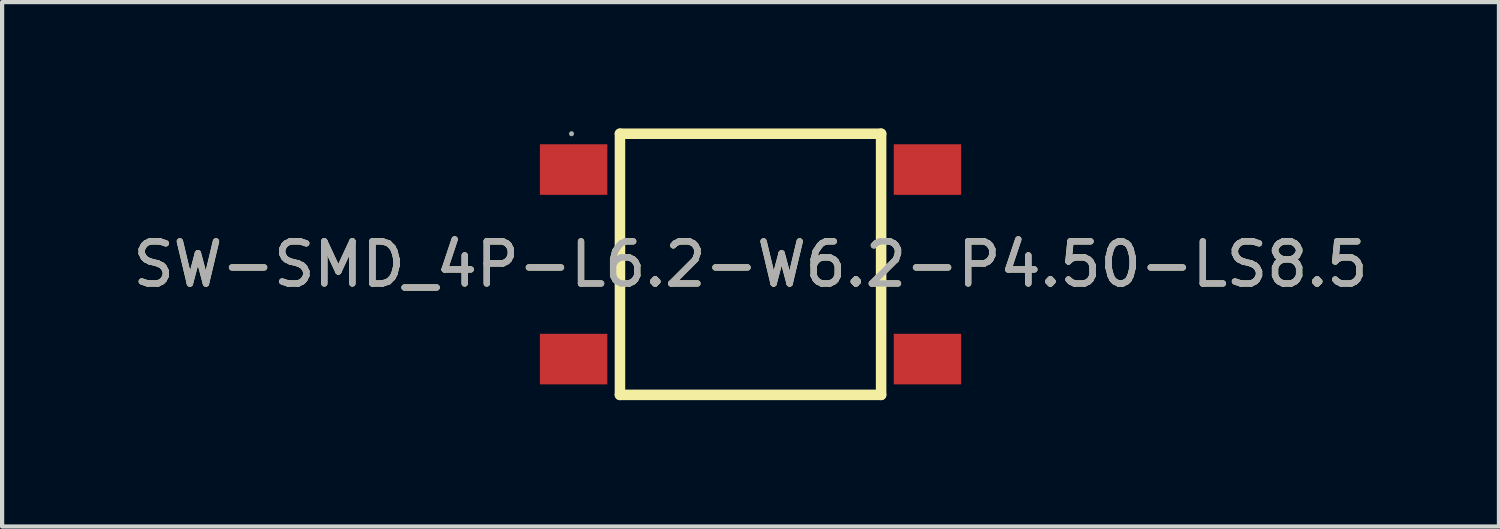
<source format=kicad_pcb>
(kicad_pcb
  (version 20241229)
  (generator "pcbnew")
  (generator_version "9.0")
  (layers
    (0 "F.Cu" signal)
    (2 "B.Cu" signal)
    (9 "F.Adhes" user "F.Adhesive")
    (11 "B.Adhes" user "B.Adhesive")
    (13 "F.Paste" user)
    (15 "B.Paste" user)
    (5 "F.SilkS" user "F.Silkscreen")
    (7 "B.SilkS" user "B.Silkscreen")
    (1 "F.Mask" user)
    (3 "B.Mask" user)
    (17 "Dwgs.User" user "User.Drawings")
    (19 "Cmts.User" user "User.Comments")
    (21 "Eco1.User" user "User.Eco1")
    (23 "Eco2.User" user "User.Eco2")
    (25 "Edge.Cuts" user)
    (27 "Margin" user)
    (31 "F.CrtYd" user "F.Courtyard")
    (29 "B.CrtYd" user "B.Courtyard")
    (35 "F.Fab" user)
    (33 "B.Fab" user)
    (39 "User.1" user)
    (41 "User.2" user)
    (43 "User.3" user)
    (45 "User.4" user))
  (footprint "SW-SMD_4P-L6.2-W6.2-P4.50-LS8.5"
    (layer "F.Cu")
    (at 14.768 3.225)
    (property "Reference" "SW-SMD_4P-L6.2-W6.2-P4.50-LS8.5" (at 0 0 0) (layer "F.SilkS") (effects (font (size 1 1) (thickness 0.15))))
    (attr smd)
    (fp_line (start -3.1 -3.1) (end 3.1 -3.1) (stroke (width 0.25) (type solid)) (layer "F.SilkS"))
    (fp_line (start -3.1 3.1) (end -3.1 -3.1) (stroke (width 0.25) (type solid)) (layer "F.SilkS"))
    (fp_line (start 3.1 -3.1) (end 3.1 3.1) (stroke (width 0.25) (type solid)) (layer "F.SilkS"))
    (fp_line (start 3.1 3.1) (end -3.1 3.1) (stroke (width 0.25) (type solid)) (layer "F.SilkS"))
    (fp_circle (center -4.25 -3.1) (end -4.22 -3.1) (stroke (width 0.06) (type solid)) (fill no) (layer "F.Fab"))
    (fp_text user "${REFERENCE}" (at 0 0 0) (layer "F.Fab") (effects (font (size 1 1) (thickness 0.15))))
    (pad "1" smd rect (at -4.2 -2.25) (size 1.6 1.2) (layers "F.Cu" "F.Mask" "F.Paste"))
    (pad "2" smd rect (at 4.2 -2.25) (size 1.6 1.2) (layers "F.Cu" "F.Mask" "F.Paste"))
    (pad "3" smd rect (at -4.2 2.25) (size 1.6 1.2) (layers "F.Cu" "F.Mask" "F.Paste"))
    (pad "4" smd rect (at 4.2 2.25) (size 1.6 1.2) (layers "F.Cu" "F.Mask" "F.Paste")))
  (gr_rect
    (start -3 -3)
    (end 32.536 9.45)
    (stroke (width 0.1) (type default))
    (fill no)
    (layer "Edge.Cuts")))
</source>
